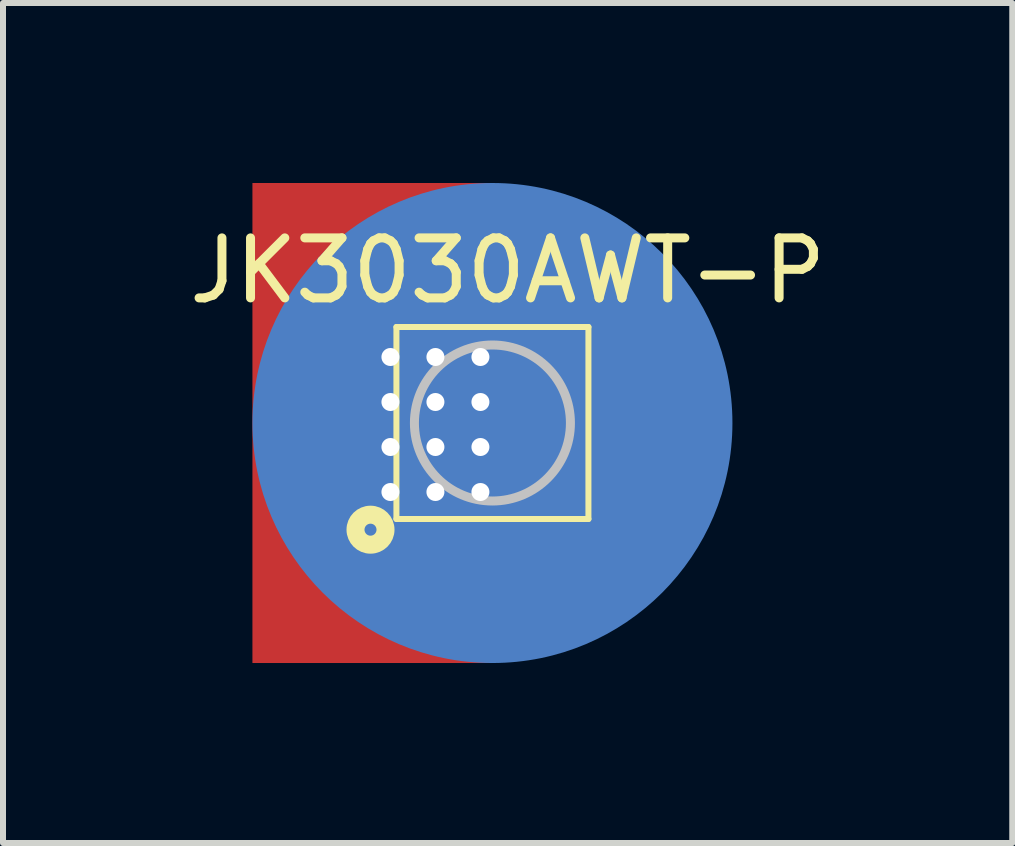
<source format=kicad_pcb>
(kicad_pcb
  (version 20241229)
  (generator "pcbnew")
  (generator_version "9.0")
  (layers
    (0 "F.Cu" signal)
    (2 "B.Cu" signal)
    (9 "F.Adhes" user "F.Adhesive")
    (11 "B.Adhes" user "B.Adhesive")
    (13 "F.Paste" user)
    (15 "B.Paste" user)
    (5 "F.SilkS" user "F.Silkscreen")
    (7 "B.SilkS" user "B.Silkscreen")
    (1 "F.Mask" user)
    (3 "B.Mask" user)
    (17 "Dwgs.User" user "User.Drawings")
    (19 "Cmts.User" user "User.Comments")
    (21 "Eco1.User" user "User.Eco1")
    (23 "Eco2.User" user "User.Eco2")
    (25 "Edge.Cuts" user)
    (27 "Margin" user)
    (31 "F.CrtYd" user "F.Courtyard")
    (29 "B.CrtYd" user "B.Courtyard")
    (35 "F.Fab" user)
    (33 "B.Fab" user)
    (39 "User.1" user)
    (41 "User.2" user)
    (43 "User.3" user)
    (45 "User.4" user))
  (footprint "JK3030AWT-P"
    (layer "F.Cu")
    (at 5.157 4)
    (property "Reference" "JK3030AWT-P" (at 0.254 -2.54 0) (layer "F.SilkS") (effects (font (size 1 1) (thickness 0.15))))
    (attr smd)
    (fp_line (start -1.6 -1.6) (end 1.6 -1.6) (stroke (width 0.1) (type solid)) (layer "F.SilkS"))
    (fp_line (start -1.6 1.6) (end -1.6 -1.6) (stroke (width 0.1) (type solid)) (layer "F.SilkS"))
    (fp_line (start 1.6 -1.6) (end 1.6 1.6) (stroke (width 0.1) (type solid)) (layer "F.SilkS"))
    (fp_line (start 1.6 1.6) (end -1.6 1.6) (stroke (width 0.1) (type solid)) (layer "F.SilkS"))
    (fp_circle (center -2.032 1.778) (end -1.932 1.778) (stroke (width 0.3) (type solid)) (fill no) (layer "F.SilkS"))
    (fp_circle (center 0 0) (end 1.3 0) (stroke (width 0.15) (type solid)) (fill no) (layer "Dwgs.User"))
    (pad "1" smd rect (at 0.95 0) (size 0.4 1.9) (layers "F.Cu" "F.Paste"))
    (pad "1" smd rect (at 0.95 0) (size 0.6 2.4) (layers "F.Cu" "F.Mask"))
    (pad "1" smd rect (at 1.4 0) (size 0.3 0.5) (layers "F.Cu" "F.Mask"))
    (pad "2" smd rect (at -2 0) (size 4 8) (layers "F.Cu"))
    (pad "2" thru_hole circle (at -1.7 -1.1) (size 0.6 0.6) (drill 0.3) (layers "*.Cu" "*.Mask"))
    (pad "2" thru_hole circle (at -1.7 -0.35) (size 0.6 0.6) (drill 0.3) (layers "*.Cu" "*.Mask"))
    (pad "2" thru_hole circle (at -1.7 0.4) (size 0.6 0.6) (drill 0.3) (layers "*.Cu" "*.Mask"))
    (pad "2" thru_hole circle (at -1.7 1.15) (size 0.6 0.6) (drill 0.3) (layers "*.Cu" "*.Mask"))
    (pad "2" thru_hole circle (at -0.95 -1.1) (size 0.6 0.6) (drill 0.3) (layers "*.Cu" "*.Mask"))
    (pad "2" thru_hole circle (at -0.95 -0.35) (size 0.6 0.6) (drill 0.3) (layers "*.Cu" "*.Mask"))
    (pad "2" thru_hole circle (at -0.95 0.4) (size 0.6 0.6) (drill 0.3) (layers "*.Cu" "*.Mask"))
    (pad "2" thru_hole circle (at -0.95 1.15) (size 0.6 0.6) (drill 0.3) (layers "*.Cu" "*.Mask"))
    (pad "2" smd rect (at -0.7 0) (size 1.3 1.9) (layers "F.Cu" "F.Paste"))
    (pad "2" smd rect (at -0.7 0) (size 1.6 2.4) (layers "F.Cu" "F.Mask"))
    (pad "2" thru_hole circle (at -0.2 -1.1) (size 0.6 0.6) (drill 0.3) (layers "*.Cu" "*.Mask"))
    (pad "2" thru_hole circle (at -0.2 -0.35) (size 0.6 0.6) (drill 0.3) (layers "*.Cu" "*.Mask"))
    (pad "2" thru_hole circle (at -0.2 0.4) (size 0.6 0.6) (drill 0.3) (layers "*.Cu" "*.Mask"))
    (pad "2" thru_hole circle (at -0.2 1.15) (size 0.6 0.6) (drill 0.3) (layers "*.Cu" "*.Mask"))
    (pad "2" smd circle (at 0 0) (size 8 8) (layers "B.Cu" "B.Mask")))
  (gr_rect
    (start -3 -3)
    (end 13.821 11)
    (stroke (width 0.1) (type default))
    (fill no)
    (layer "Edge.Cuts")))
</source>
